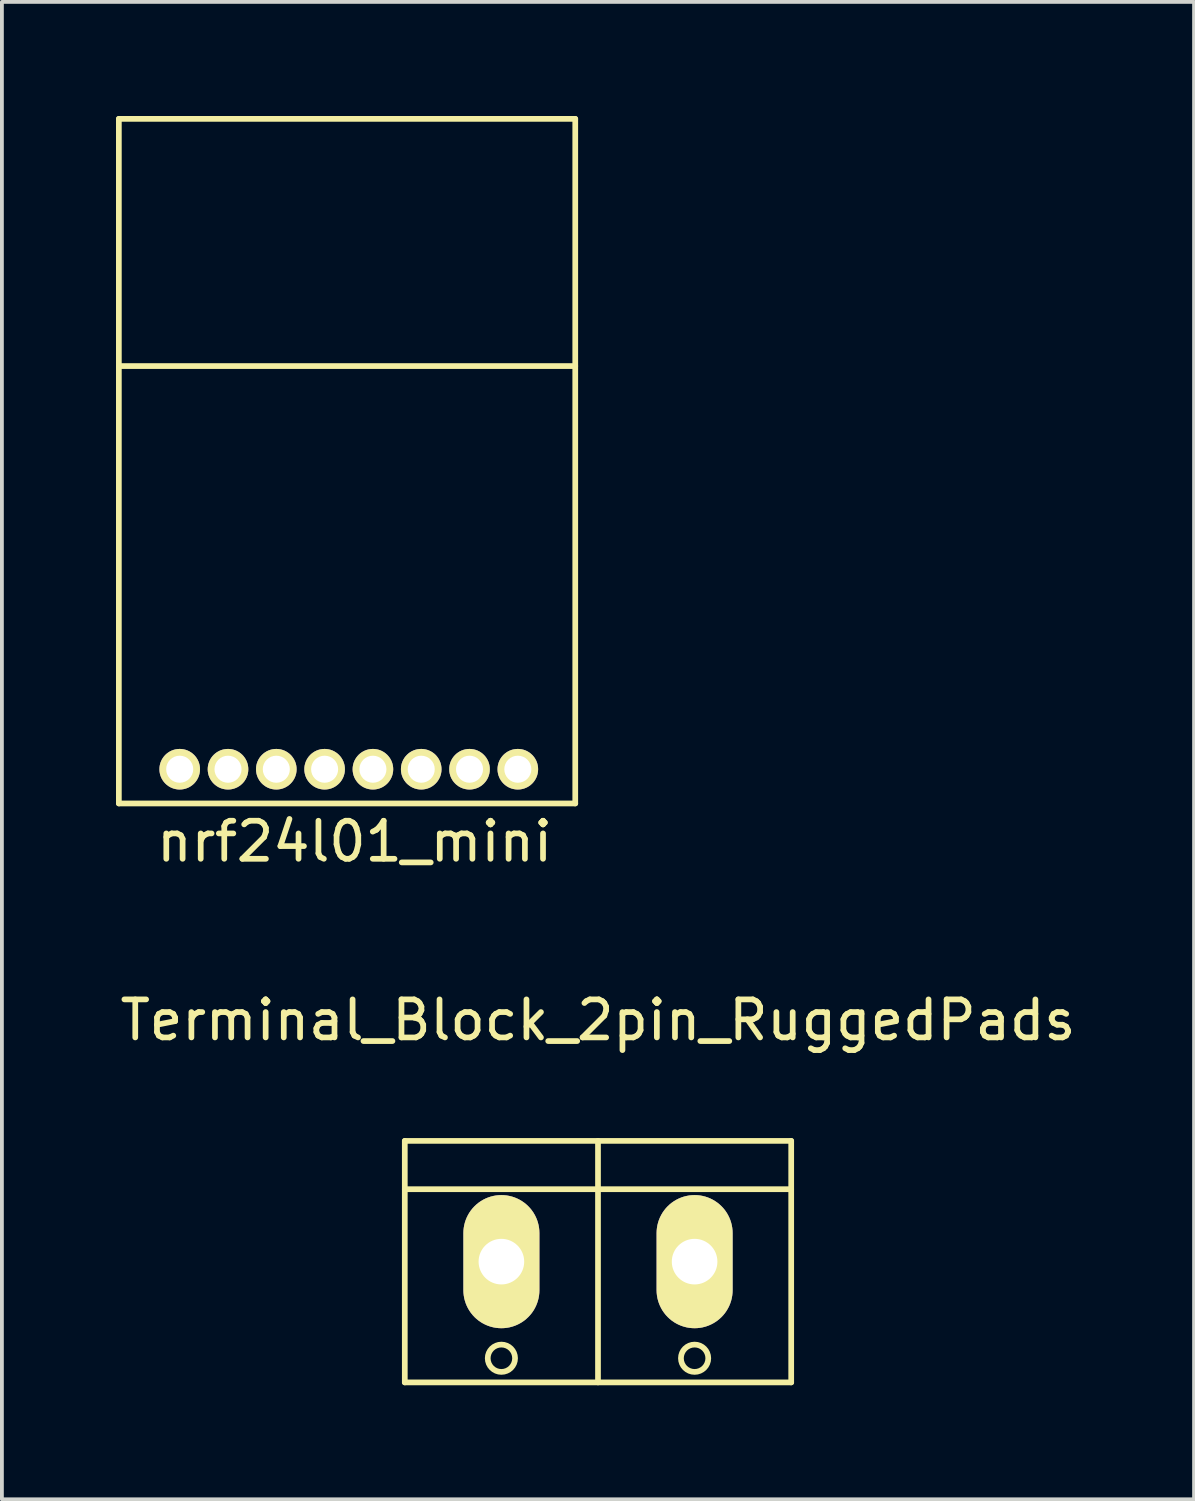
<source format=kicad_pcb>
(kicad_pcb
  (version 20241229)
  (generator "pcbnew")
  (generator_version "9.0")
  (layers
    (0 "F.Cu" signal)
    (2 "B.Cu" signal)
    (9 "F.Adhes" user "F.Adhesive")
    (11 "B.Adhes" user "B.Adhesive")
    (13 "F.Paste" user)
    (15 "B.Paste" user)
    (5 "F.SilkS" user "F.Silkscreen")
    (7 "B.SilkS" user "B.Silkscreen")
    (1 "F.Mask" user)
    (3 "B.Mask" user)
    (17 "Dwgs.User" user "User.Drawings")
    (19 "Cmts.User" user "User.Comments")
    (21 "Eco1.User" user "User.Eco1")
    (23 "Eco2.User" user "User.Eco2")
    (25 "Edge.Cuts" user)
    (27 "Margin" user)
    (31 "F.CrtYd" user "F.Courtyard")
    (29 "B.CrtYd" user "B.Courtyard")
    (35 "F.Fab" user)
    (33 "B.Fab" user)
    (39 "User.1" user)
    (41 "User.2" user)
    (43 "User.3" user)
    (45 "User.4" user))
  (footprint "nrf24l01_mini"
    (layer "F.Cu")
    (at 1.675 17.175)
    (property "Reference" "nrf24l01_mini" (at 4.6 1.9 0) (layer "F.SilkS") (effects (font (size 1 1) (thickness 0.15))))
    (attr through_hole)
    (fp_line (start -1.6 -17.1) (end 10.4 -17.1) (stroke (width 0.15) (type solid)) (layer "F.SilkS"))
    (fp_line (start -1.6 -10.6) (end 10.4 -10.6) (stroke (width 0.15) (type solid)) (layer "F.SilkS"))
    (fp_line (start -1.6 0.9) (end -1.6 -17.1) (stroke (width 0.15) (type solid)) (layer "F.SilkS"))
    (fp_line (start 10.4 -17.1) (end 10.4 0.9) (stroke (width 0.15) (type solid)) (layer "F.SilkS"))
    (fp_line (start 10.4 0.9) (end -1.6 0.9) (stroke (width 0.15) (type solid)) (layer "F.SilkS"))
    (pad "1" thru_hole circle (at 0 0) (size 1.067 1.067) (drill 0.711) (layers "*.Cu" "*.Mask" "F.SilkS"))
    (pad "2" thru_hole circle (at 1.27 0) (size 1.067 1.067) (drill 0.711) (layers "*.Cu" "*.Mask" "F.SilkS"))
    (pad "3" thru_hole circle (at 2.54 0) (size 1.067 1.067) (drill 0.711) (layers "*.Cu" "*.Mask" "F.SilkS"))
    (pad "4" thru_hole circle (at 3.81 0) (size 1.067 1.067) (drill 0.711) (layers "*.Cu" "*.Mask" "F.SilkS"))
    (pad "5" thru_hole circle (at 5.08 0) (size 1.067 1.067) (drill 0.711) (layers "*.Cu" "*.Mask" "F.SilkS"))
    (pad "6" thru_hole circle (at 6.35 0) (size 1.067 1.067) (drill 0.711) (layers "*.Cu" "*.Mask" "F.SilkS"))
    (pad "7" thru_hole circle (at 7.62 0) (size 1.067 1.067) (drill 0.711) (layers "*.Cu" "*.Mask" "F.SilkS"))
    (pad "8" thru_hole circle (at 8.89 0) (size 1.067 1.067) (drill 0.711) (layers "*.Cu" "*.Mask" "F.SilkS")))
  (footprint "Terminal_Block_2pin_RuggedPads"
    (layer "F.Cu")
    (at 12.673 30.122)
    (property "Reference" "Terminal_Block_2pin_RuggedPads" (at 0 -6.35 0) (layer "F.SilkS") (effects (font (size 1 1) (thickness 0.15))))
    (attr through_hole)
    (fp_line (start -5.08 -3.175) (end -5.08 3.175) (stroke (width 0.15) (type solid)) (layer "F.SilkS"))
    (fp_line (start -5.08 3.175) (end 5.08 3.175) (stroke (width 0.15) (type solid)) (layer "F.SilkS"))
    (fp_line (start 0 -3.175) (end 0 3.175) (stroke (width 0.15) (type solid)) (layer "F.SilkS"))
    (fp_line (start 5.08 -3.175) (end -5.08 -3.175) (stroke (width 0.15) (type solid)) (layer "F.SilkS"))
    (fp_line (start 5.08 -3.175) (end 5.08 3.175) (stroke (width 0.15) (type solid)) (layer "F.SilkS"))
    (fp_line (start 5.08 -1.905) (end -5.08 -1.905) (stroke (width 0.15) (type solid)) (layer "F.SilkS"))
    (fp_circle (center -2.54 2.54) (end -2.286 2.286) (stroke (width 0.15) (type solid)) (fill no) (layer "F.SilkS"))
    (fp_circle (center 2.54 2.54) (end 2.794 2.286) (stroke (width 0.15) (type solid)) (fill no) (layer "F.SilkS"))
    (pad "1" thru_hole oval (at -2.54 0) (size 1.999 3.5) (drill 1.199) (layers "*.Cu" "*.Mask" "F.SilkS"))
    (pad "2" thru_hole oval (at 2.54 0) (size 1.999 3.5) (drill 1.199) (layers "*.Cu" "*.Mask" "F.SilkS")))
  (gr_rect
    (start -3 -3)
    (end 28.345 36.371)
    (stroke (width 0.1) (type default))
    (fill no)
    (layer "Edge.Cuts")))
</source>
